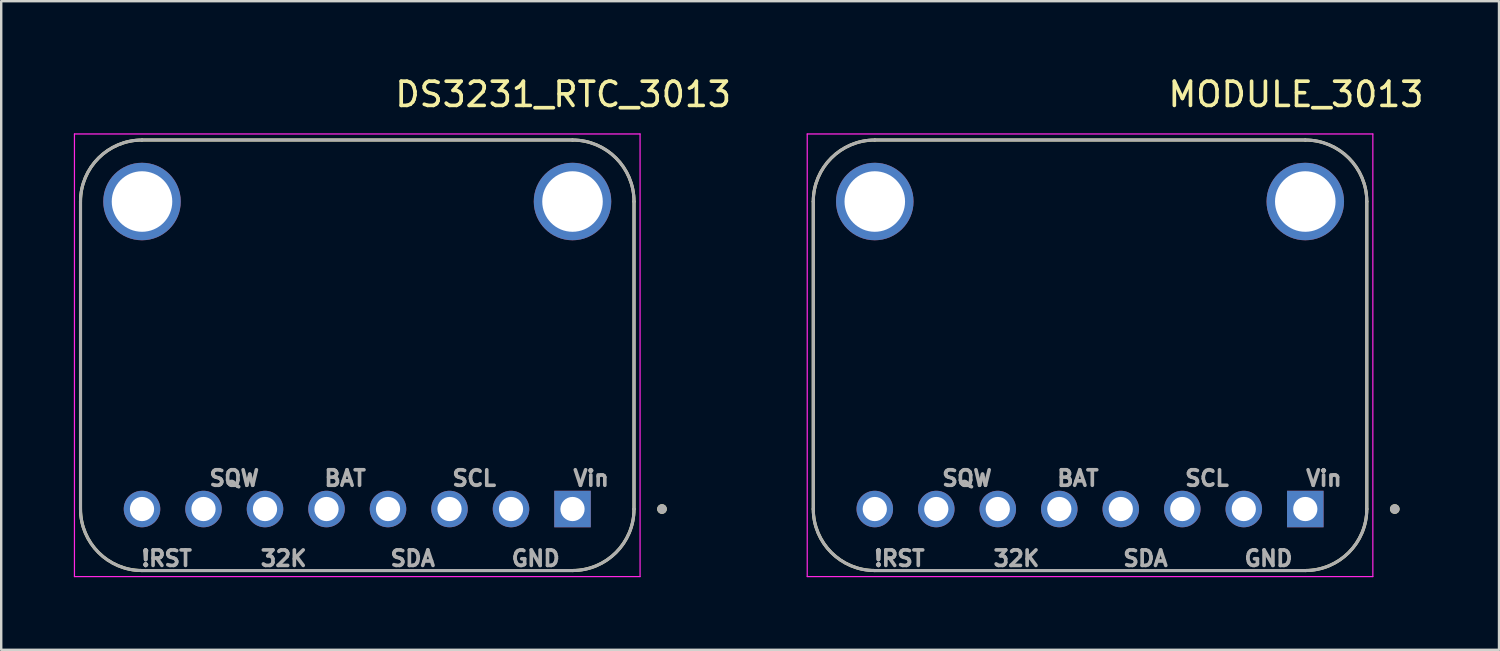
<source format=kicad_pcb>
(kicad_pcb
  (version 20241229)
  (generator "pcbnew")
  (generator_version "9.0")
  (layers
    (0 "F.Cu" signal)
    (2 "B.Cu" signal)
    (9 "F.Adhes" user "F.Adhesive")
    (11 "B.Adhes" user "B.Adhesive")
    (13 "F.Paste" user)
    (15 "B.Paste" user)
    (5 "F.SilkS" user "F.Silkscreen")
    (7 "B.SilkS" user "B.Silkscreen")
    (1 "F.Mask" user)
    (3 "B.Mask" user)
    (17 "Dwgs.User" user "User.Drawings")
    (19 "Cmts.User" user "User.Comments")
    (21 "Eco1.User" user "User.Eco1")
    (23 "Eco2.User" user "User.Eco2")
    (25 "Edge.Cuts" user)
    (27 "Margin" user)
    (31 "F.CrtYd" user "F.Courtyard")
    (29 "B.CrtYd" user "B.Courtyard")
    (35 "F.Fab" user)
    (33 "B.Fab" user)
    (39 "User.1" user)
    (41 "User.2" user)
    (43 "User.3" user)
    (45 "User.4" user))
  (footprint "DS3231_RTC_3013"
    (layer "F.Cu")
    (at 20.595 17.973)
    (property "Reference" "DS3231_RTC_3013" (at -0.385 -17.125 0) (layer "F.SilkS") (effects (font (size 1 1) (thickness 0.15))))
    (attr through_hole)
    (fp_line (start -20.32 -12.7) (end -20.32 0) (stroke (width 0.127) (type solid)) (layer "F.SilkS"))
    (fp_line (start -17.78 2.54) (end 0 2.54) (stroke (width 0.127) (type solid)) (layer "F.SilkS"))
    (fp_line (start 0 -15.24) (end -17.78 -15.24) (stroke (width 0.127) (type solid)) (layer "F.SilkS"))
    (fp_line (start 2.54 0) (end 2.54 -12.7) (stroke (width 0.127) (type solid)) (layer "F.SilkS"))
    (fp_arc (start -20.32 -12.7) (mid -19.576051 -14.496051) (end -17.78 -15.24) (stroke (width 0.127) (type solid)) (layer "F.SilkS"))
    (fp_arc (start -17.78 2.54) (mid -19.576051 1.796051) (end -20.32 0) (stroke (width 0.127) (type solid)) (layer "F.SilkS"))
    (fp_arc (start 0 -15.24) (mid 1.796051 -14.496051) (end 2.54 -12.7) (stroke (width 0.127) (type solid)) (layer "F.SilkS"))
    (fp_arc (start 2.54 0) (mid 1.796051 1.796051) (end 0 2.54) (stroke (width 0.127) (type solid)) (layer "F.SilkS"))
    (fp_circle (center 3.695 0) (end 3.595 0) (stroke (width 0.2) (type solid)) (fill no) (layer "F.SilkS"))
    (fp_line (start -20.57 -15.49) (end 2.79 -15.49) (stroke (width 0.05) (type solid)) (layer "F.CrtYd"))
    (fp_line (start -20.57 2.79) (end -20.57 -15.49) (stroke (width 0.05) (type solid)) (layer "F.CrtYd"))
    (fp_line (start 2.79 -15.49) (end 2.79 2.79) (stroke (width 0.05) (type solid)) (layer "F.CrtYd"))
    (fp_line (start 2.79 2.79) (end -20.57 2.79) (stroke (width 0.05) (type solid)) (layer "F.CrtYd"))
    (fp_line (start -20.32 -12.7) (end -20.32 0) (stroke (width 0.127) (type solid)) (layer "F.Fab"))
    (fp_line (start -17.78 2.54) (end 0 2.54) (stroke (width 0.127) (type solid)) (layer "F.Fab"))
    (fp_line (start 0 -15.24) (end -17.78 -15.24) (stroke (width 0.127) (type solid)) (layer "F.Fab"))
    (fp_line (start 2.54 0) (end 2.54 -12.7) (stroke (width 0.127) (type solid)) (layer "F.Fab"))
    (fp_arc (start -20.32 -12.7) (mid -19.576051 -14.496051) (end -17.78 -15.24) (stroke (width 0.127) (type solid)) (layer "F.Fab"))
    (fp_arc (start -17.78 2.54) (mid -19.576051 1.796051) (end -20.32 0) (stroke (width 0.127) (type solid)) (layer "F.Fab"))
    (fp_arc (start 0 -15.24) (mid 1.796051 -14.496051) (end 2.54 -12.7) (stroke (width 0.127) (type solid)) (layer "F.Fab"))
    (fp_arc (start 2.54 0) (mid 1.796051 1.796051) (end 0 2.54) (stroke (width 0.127) (type solid)) (layer "F.Fab"))
    (fp_circle (center 3.695 0) (end 3.595 0) (stroke (width 0.2) (type solid)) (fill no) (layer "F.Fab"))
    (fp_text user "Vin" (at 0.77 -1.27 0) (layer "F.Fab") (effects (font (size 0.64 0.64) (thickness 0.15))))
    (fp_text user "SCL" (at -4.06 -1.27 0) (layer "F.Fab") (effects (font (size 0.64 0.64) (thickness 0.15))))
    (fp_text user "SDA" (at -6.6 2.04 0) (layer "F.Fab") (effects (font (size 0.64 0.64) (thickness 0.15))))
    (fp_text user "GND" (at -1.52 2.04 0) (layer "F.Fab") (effects (font (size 0.64 0.64) (thickness 0.15))))
    (fp_text user "BAT" (at -9.39 -1.27 0) (layer "F.Fab") (effects (font (size 0.64 0.64) (thickness 0.15))))
    (fp_text user "!RST" (at -16.76 2.04 0) (layer "F.Fab") (effects (font (size 0.64 0.64) (thickness 0.15))))
    (fp_text user "SQW" (at -13.97 -1.27 0) (layer "F.Fab") (effects (font (size 0.64 0.64) (thickness 0.15))))
    (fp_text user "32K" (at -11.93 2.04 0) (layer "F.Fab") (effects (font (size 0.64 0.64) (thickness 0.15))))
    (pad "1" thru_hole rect (at 0 0) (size 1.508 1.508) (drill 1) (layers "*.Cu" "*.Mask"))
    (pad "2" thru_hole circle (at -2.54 0) (size 1.508 1.508) (drill 1) (layers "*.Cu" "*.Mask"))
    (pad "3" thru_hole circle (at -5.08 0) (size 1.508 1.508) (drill 1) (layers "*.Cu" "*.Mask"))
    (pad "4" thru_hole circle (at -7.62 0) (size 1.508 1.508) (drill 1) (layers "*.Cu" "*.Mask"))
    (pad "5" thru_hole circle (at -10.16 0) (size 1.508 1.508) (drill 1) (layers "*.Cu" "*.Mask"))
    (pad "6" thru_hole circle (at -12.7 0) (size 1.508 1.508) (drill 1) (layers "*.Cu" "*.Mask"))
    (pad "7" thru_hole circle (at -15.24 0) (size 1.508 1.508) (drill 1) (layers "*.Cu" "*.Mask"))
    (pad "8" thru_hole circle (at -17.78 0) (size 1.508 1.508) (drill 1) (layers "*.Cu" "*.Mask"))
    (pad "SH1" thru_hole circle (at 0 -12.7) (size 3.2 3.2) (drill 2.5) (layers "*.Cu" "*.Mask"))
    (pad "SH2" thru_hole circle (at -17.78 -12.7) (size 3.2 3.2) (drill 2.5) (layers "*.Cu" "*.Mask")))
  (footprint "MODULE_3013"
    (layer "F.Cu")
    (at 50.859 17.973)
    (property "Reference" "MODULE_3013" (at -0.385 -17.125 0) (layer "F.SilkS") (effects (font (size 1 1) (thickness 0.15))))
    (attr through_hole)
    (fp_line (start -20.32 -12.7) (end -20.32 0) (stroke (width 0.127) (type solid)) (layer "F.SilkS"))
    (fp_line (start -17.78 2.54) (end 0 2.54) (stroke (width 0.127) (type solid)) (layer "F.SilkS"))
    (fp_line (start 0 -15.24) (end -17.78 -15.24) (stroke (width 0.127) (type solid)) (layer "F.SilkS"))
    (fp_line (start 2.54 0) (end 2.54 -12.7) (stroke (width 0.127) (type solid)) (layer "F.SilkS"))
    (fp_arc (start -20.32 -12.7) (mid -19.576051 -14.496051) (end -17.78 -15.24) (stroke (width 0.127) (type solid)) (layer "F.SilkS"))
    (fp_arc (start -17.78 2.54) (mid -19.576051 1.796051) (end -20.32 0) (stroke (width 0.127) (type solid)) (layer "F.SilkS"))
    (fp_arc (start 0 -15.24) (mid 1.796051 -14.496051) (end 2.54 -12.7) (stroke (width 0.127) (type solid)) (layer "F.SilkS"))
    (fp_arc (start 2.54 0) (mid 1.796051 1.796051) (end 0 2.54) (stroke (width 0.127) (type solid)) (layer "F.SilkS"))
    (fp_circle (center 3.695 0) (end 3.595 0) (stroke (width 0.2) (type solid)) (fill no) (layer "F.SilkS"))
    (fp_line (start -20.57 -15.49) (end 2.79 -15.49) (stroke (width 0.05) (type solid)) (layer "F.CrtYd"))
    (fp_line (start -20.57 2.79) (end -20.57 -15.49) (stroke (width 0.05) (type solid)) (layer "F.CrtYd"))
    (fp_line (start 2.79 -15.49) (end 2.79 2.79) (stroke (width 0.05) (type solid)) (layer "F.CrtYd"))
    (fp_line (start 2.79 2.79) (end -20.57 2.79) (stroke (width 0.05) (type solid)) (layer "F.CrtYd"))
    (fp_line (start -20.32 -12.7) (end -20.32 0) (stroke (width 0.127) (type solid)) (layer "F.Fab"))
    (fp_line (start -17.78 2.54) (end 0 2.54) (stroke (width 0.127) (type solid)) (layer "F.Fab"))
    (fp_line (start 0 -15.24) (end -17.78 -15.24) (stroke (width 0.127) (type solid)) (layer "F.Fab"))
    (fp_line (start 2.54 0) (end 2.54 -12.7) (stroke (width 0.127) (type solid)) (layer "F.Fab"))
    (fp_arc (start -20.32 -12.7) (mid -19.576051 -14.496051) (end -17.78 -15.24) (stroke (width 0.127) (type solid)) (layer "F.Fab"))
    (fp_arc (start -17.78 2.54) (mid -19.576051 1.796051) (end -20.32 0) (stroke (width 0.127) (type solid)) (layer "F.Fab"))
    (fp_arc (start 0 -15.24) (mid 1.796051 -14.496051) (end 2.54 -12.7) (stroke (width 0.127) (type solid)) (layer "F.Fab"))
    (fp_arc (start 2.54 0) (mid 1.796051 1.796051) (end 0 2.54) (stroke (width 0.127) (type solid)) (layer "F.Fab"))
    (fp_circle (center 3.695 0) (end 3.595 0) (stroke (width 0.2) (type solid)) (fill no) (layer "F.Fab"))
    (fp_text user "!RST" (at -16.76 2.04 0) (layer "F.Fab") (effects (font (size 0.64 0.64) (thickness 0.15))))
    (fp_text user "GND" (at -1.52 2.04 0) (layer "F.Fab") (effects (font (size 0.64 0.64) (thickness 0.15))))
    (fp_text user "32K" (at -11.93 2.04 0) (layer "F.Fab") (effects (font (size 0.64 0.64) (thickness 0.15))))
    (fp_text user "SCL" (at -4.06 -1.27 0) (layer "F.Fab") (effects (font (size 0.64 0.64) (thickness 0.15))))
    (fp_text user "SQW" (at -13.97 -1.27 0) (layer "F.Fab") (effects (font (size 0.64 0.64) (thickness 0.15))))
    (fp_text user "BAT" (at -9.39 -1.27 0) (layer "F.Fab") (effects (font (size 0.64 0.64) (thickness 0.15))))
    (fp_text user "Vin" (at 0.77 -1.27 0) (layer "F.Fab") (effects (font (size 0.64 0.64) (thickness 0.15))))
    (fp_text user "SDA" (at -6.6 2.04 0) (layer "F.Fab") (effects (font (size 0.64 0.64) (thickness 0.15))))
    (pad "1" thru_hole rect (at 0 0) (size 1.508 1.508) (drill 1) (layers "*.Cu" "*.Mask"))
    (pad "2" thru_hole circle (at -2.54 0) (size 1.508 1.508) (drill 1) (layers "*.Cu" "*.Mask"))
    (pad "3" thru_hole circle (at -5.08 0) (size 1.508 1.508) (drill 1) (layers "*.Cu" "*.Mask"))
    (pad "4" thru_hole circle (at -7.62 0) (size 1.508 1.508) (drill 1) (layers "*.Cu" "*.Mask"))
    (pad "5" thru_hole circle (at -10.16 0) (size 1.508 1.508) (drill 1) (layers "*.Cu" "*.Mask"))
    (pad "6" thru_hole circle (at -12.7 0) (size 1.508 1.508) (drill 1) (layers "*.Cu" "*.Mask"))
    (pad "7" thru_hole circle (at -15.24 0) (size 1.508 1.508) (drill 1) (layers "*.Cu" "*.Mask"))
    (pad "8" thru_hole circle (at -17.78 0) (size 1.508 1.508) (drill 1) (layers "*.Cu" "*.Mask"))
    (pad "SH1" thru_hole circle (at 0 -12.7) (size 3.2 3.2) (drill 2.5) (layers "*.Cu" "*.Mask"))
    (pad "SH2" thru_hole circle (at -17.78 -12.7) (size 3.2 3.2) (drill 2.5) (layers "*.Cu" "*.Mask")))
  (gr_rect
    (start -3 -3)
    (end 58.86 23.788)
    (stroke (width 0.1) (type default))
    (fill no)
    (layer "Edge.Cuts")))
</source>
